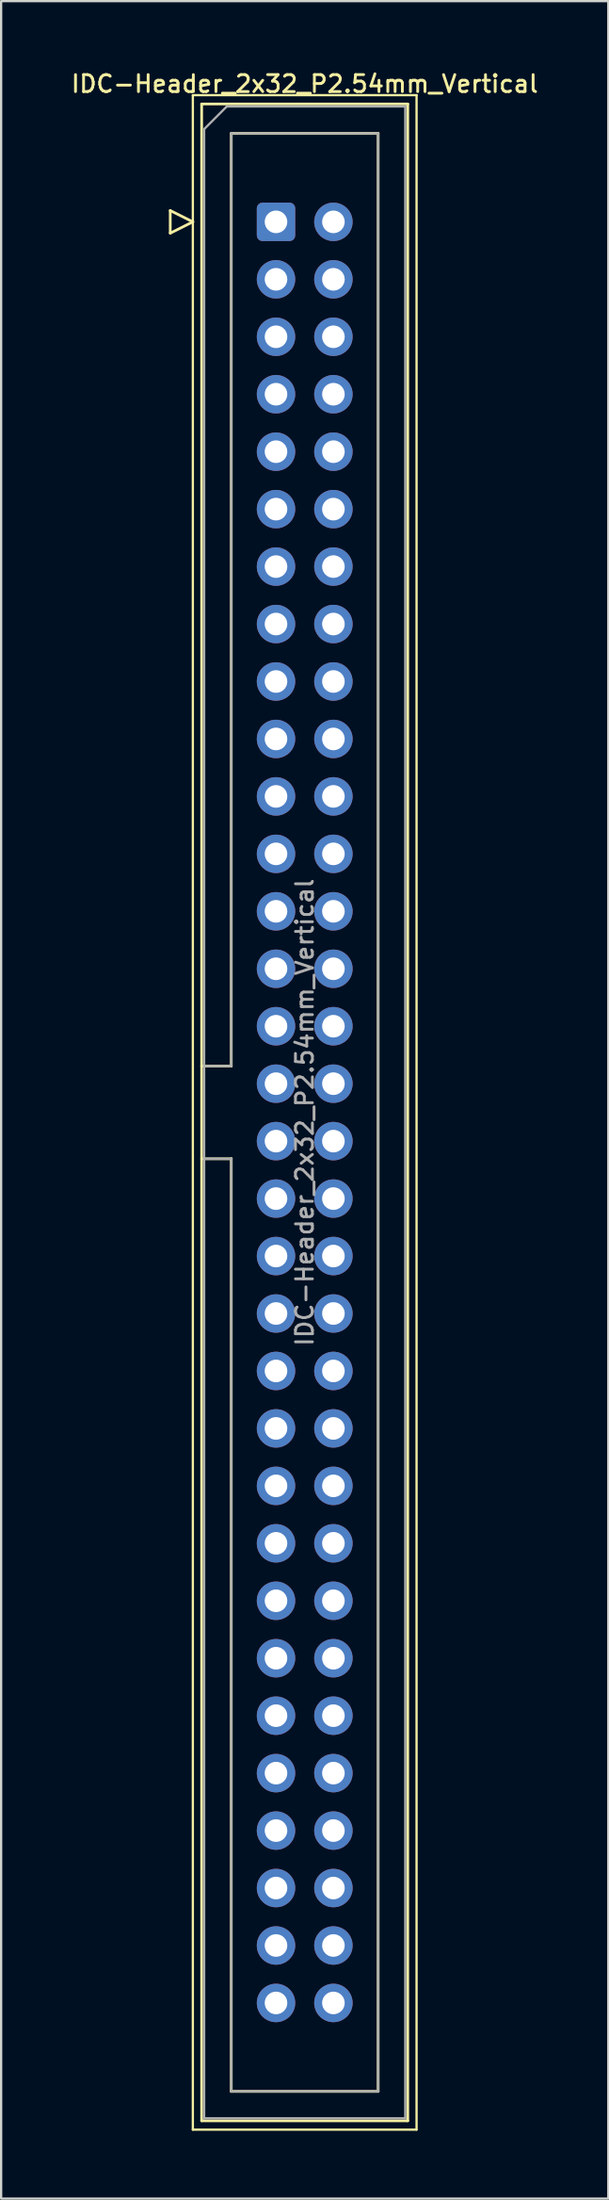
<source format=kicad_pcb>
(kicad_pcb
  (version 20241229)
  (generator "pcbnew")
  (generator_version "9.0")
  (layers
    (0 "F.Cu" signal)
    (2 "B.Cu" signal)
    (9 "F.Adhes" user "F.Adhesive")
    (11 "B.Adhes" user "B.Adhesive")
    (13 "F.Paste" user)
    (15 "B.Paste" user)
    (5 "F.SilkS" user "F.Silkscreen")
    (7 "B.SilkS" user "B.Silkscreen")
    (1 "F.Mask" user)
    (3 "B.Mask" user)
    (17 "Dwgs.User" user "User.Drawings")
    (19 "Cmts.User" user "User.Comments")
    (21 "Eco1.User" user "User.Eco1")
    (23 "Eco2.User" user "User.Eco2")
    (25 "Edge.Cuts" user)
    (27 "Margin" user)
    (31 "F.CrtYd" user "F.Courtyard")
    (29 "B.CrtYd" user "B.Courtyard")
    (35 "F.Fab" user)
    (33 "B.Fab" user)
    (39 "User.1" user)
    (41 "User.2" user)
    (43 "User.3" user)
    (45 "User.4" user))
  (footprint "IDC-Header_2x32_P2.54mm_Vertical"
    (layer "F.Cu")
    (at 9.164 6.758)
    (property "Reference" "IDC-Header_2x32_P2.54mm_Vertical" (at 1.27 -6.1 0) (layer "F.SilkS") (effects (font (size 0.75 0.75) (thickness 0.125))))
    (attr through_hole)
    (fp_line (start -4.68 -0.5) (end -4.68 0.5) (stroke (width 0.12) (type solid)) (layer "F.SilkS"))
    (fp_line (start -4.68 0.5) (end -3.68 0) (stroke (width 0.12) (type solid)) (layer "F.SilkS"))
    (fp_line (start -3.68 -5.6) (end -3.68 84.34) (stroke (width 0.1) (type solid)) (layer "F.SilkS"))
    (fp_line (start -3.68 0) (end -4.68 -0.5) (stroke (width 0.12) (type solid)) (layer "F.SilkS"))
    (fp_line (start -3.68 84.34) (end 6.22 84.34) (stroke (width 0.1) (type solid)) (layer "F.SilkS"))
    (fp_line (start -3.29 -5.21) (end 5.83 -5.21) (stroke (width 0.12) (type solid)) (layer "F.SilkS"))
    (fp_line (start -3.29 37.32) (end -1.98 37.32) (stroke (width 0.12) (type solid)) (layer "F.SilkS"))
    (fp_line (start -3.29 83.95) (end -3.29 -5.21) (stroke (width 0.12) (type solid)) (layer "F.SilkS"))
    (fp_line (start -1.98 -3.91) (end 4.52 -3.91) (stroke (width 0.12) (type solid)) (layer "F.SilkS"))
    (fp_line (start -1.98 37.32) (end -1.98 -3.91) (stroke (width 0.12) (type solid)) (layer "F.SilkS"))
    (fp_line (start -1.98 41.42) (end -3.29 41.42) (stroke (width 0.12) (type solid)) (layer "F.SilkS"))
    (fp_line (start -1.98 41.42) (end -1.98 41.42) (stroke (width 0.12) (type solid)) (layer "F.SilkS"))
    (fp_line (start -1.98 82.65) (end -1.98 41.42) (stroke (width 0.12) (type solid)) (layer "F.SilkS"))
    (fp_line (start 4.52 -3.91) (end 4.52 82.65) (stroke (width 0.12) (type solid)) (layer "F.SilkS"))
    (fp_line (start 4.52 82.65) (end -1.98 82.65) (stroke (width 0.12) (type solid)) (layer "F.SilkS"))
    (fp_line (start 5.83 -5.21) (end 5.83 83.95) (stroke (width 0.12) (type solid)) (layer "F.SilkS"))
    (fp_line (start 5.83 83.95) (end -3.29 83.95) (stroke (width 0.12) (type solid)) (layer "F.SilkS"))
    (fp_line (start 6.22 -5.6) (end -3.68 -5.6) (stroke (width 0.1) (type solid)) (layer "F.SilkS"))
    (fp_line (start 6.22 84.34) (end 6.22 -5.6) (stroke (width 0.1) (type solid)) (layer "F.SilkS"))
    (fp_line (start -3.18 -4.1) (end -2.18 -5.1) (stroke (width 0.1) (type solid)) (layer "F.Fab"))
    (fp_line (start -3.18 37.32) (end -1.98 37.32) (stroke (width 0.1) (type solid)) (layer "F.Fab"))
    (fp_line (start -3.18 83.84) (end -3.18 -4.1) (stroke (width 0.1) (type solid)) (layer "F.Fab"))
    (fp_line (start -2.18 -5.1) (end 5.72 -5.1) (stroke (width 0.1) (type solid)) (layer "F.Fab"))
    (fp_line (start -1.98 -3.91) (end 4.52 -3.91) (stroke (width 0.1) (type solid)) (layer "F.Fab"))
    (fp_line (start -1.98 37.32) (end -1.98 -3.91) (stroke (width 0.1) (type solid)) (layer "F.Fab"))
    (fp_line (start -1.98 41.42) (end -3.18 41.42) (stroke (width 0.1) (type solid)) (layer "F.Fab"))
    (fp_line (start -1.98 41.42) (end -1.98 41.42) (stroke (width 0.1) (type solid)) (layer "F.Fab"))
    (fp_line (start -1.98 82.65) (end -1.98 41.42) (stroke (width 0.1) (type solid)) (layer "F.Fab"))
    (fp_line (start 4.52 -3.91) (end 4.52 82.65) (stroke (width 0.1) (type solid)) (layer "F.Fab"))
    (fp_line (start 4.52 82.65) (end -1.98 82.65) (stroke (width 0.1) (type solid)) (layer "F.Fab"))
    (fp_line (start 5.72 -5.1) (end 5.72 83.84) (stroke (width 0.1) (type solid)) (layer "F.Fab"))
    (fp_line (start 5.72 83.84) (end -3.18 83.84) (stroke (width 0.1) (type solid)) (layer "F.Fab"))
    (fp_text user "${REFERENCE}" (at 1.27 39.37 90) (layer "F.Fab") (effects (font (size 0.75 0.75) (thickness 0.125))))
    (pad "1" thru_hole roundrect (at 0 0) (size 1.7 1.7) (drill 1) (layers "*.Cu" "*.Mask") (roundrect_rratio 0.147))
    (pad "2" thru_hole circle (at 2.54 0) (size 1.7 1.7) (drill 1) (layers "*.Cu" "*.Mask"))
    (pad "3" thru_hole circle (at 0 2.54) (size 1.7 1.7) (drill 1) (layers "*.Cu" "*.Mask"))
    (pad "4" thru_hole circle (at 2.54 2.54) (size 1.7 1.7) (drill 1) (layers "*.Cu" "*.Mask"))
    (pad "5" thru_hole circle (at 0 5.08) (size 1.7 1.7) (drill 1) (layers "*.Cu" "*.Mask"))
    (pad "6" thru_hole circle (at 2.54 5.08) (size 1.7 1.7) (drill 1) (layers "*.Cu" "*.Mask"))
    (pad "7" thru_hole circle (at 0 7.62) (size 1.7 1.7) (drill 1) (layers "*.Cu" "*.Mask"))
    (pad "8" thru_hole circle (at 2.54 7.62) (size 1.7 1.7) (drill 1) (layers "*.Cu" "*.Mask"))
    (pad "9" thru_hole circle (at 0 10.16) (size 1.7 1.7) (drill 1) (layers "*.Cu" "*.Mask"))
    (pad "10" thru_hole circle (at 2.54 10.16) (size 1.7 1.7) (drill 1) (layers "*.Cu" "*.Mask"))
    (pad "11" thru_hole circle (at 0 12.7) (size 1.7 1.7) (drill 1) (layers "*.Cu" "*.Mask"))
    (pad "12" thru_hole circle (at 2.54 12.7) (size 1.7 1.7) (drill 1) (layers "*.Cu" "*.Mask"))
    (pad "13" thru_hole circle (at 0 15.24) (size 1.7 1.7) (drill 1) (layers "*.Cu" "*.Mask"))
    (pad "14" thru_hole circle (at 2.54 15.24) (size 1.7 1.7) (drill 1) (layers "*.Cu" "*.Mask"))
    (pad "15" thru_hole circle (at 0 17.78) (size 1.7 1.7) (drill 1) (layers "*.Cu" "*.Mask"))
    (pad "16" thru_hole circle (at 2.54 17.78) (size 1.7 1.7) (drill 1) (layers "*.Cu" "*.Mask"))
    (pad "17" thru_hole circle (at 0 20.32) (size 1.7 1.7) (drill 1) (layers "*.Cu" "*.Mask"))
    (pad "18" thru_hole circle (at 2.54 20.32) (size 1.7 1.7) (drill 1) (layers "*.Cu" "*.Mask"))
    (pad "19" thru_hole circle (at 0 22.86) (size 1.7 1.7) (drill 1) (layers "*.Cu" "*.Mask"))
    (pad "20" thru_hole circle (at 2.54 22.86) (size 1.7 1.7) (drill 1) (layers "*.Cu" "*.Mask"))
    (pad "21" thru_hole circle (at 0 25.4) (size 1.7 1.7) (drill 1) (layers "*.Cu" "*.Mask"))
    (pad "22" thru_hole circle (at 2.54 25.4) (size 1.7 1.7) (drill 1) (layers "*.Cu" "*.Mask"))
    (pad "23" thru_hole circle (at 0 27.94) (size 1.7 1.7) (drill 1) (layers "*.Cu" "*.Mask"))
    (pad "24" thru_hole circle (at 2.54 27.94) (size 1.7 1.7) (drill 1) (layers "*.Cu" "*.Mask"))
    (pad "25" thru_hole circle (at 0 30.48) (size 1.7 1.7) (drill 1) (layers "*.Cu" "*.Mask"))
    (pad "26" thru_hole circle (at 2.54 30.48) (size 1.7 1.7) (drill 1) (layers "*.Cu" "*.Mask"))
    (pad "27" thru_hole circle (at 0 33.02) (size 1.7 1.7) (drill 1) (layers "*.Cu" "*.Mask"))
    (pad "28" thru_hole circle (at 2.54 33.02) (size 1.7 1.7) (drill 1) (layers "*.Cu" "*.Mask"))
    (pad "29" thru_hole circle (at 0 35.56) (size 1.7 1.7) (drill 1) (layers "*.Cu" "*.Mask"))
    (pad "30" thru_hole circle (at 2.54 35.56) (size 1.7 1.7) (drill 1) (layers "*.Cu" "*.Mask"))
    (pad "31" thru_hole circle (at 0 38.1) (size 1.7 1.7) (drill 1) (layers "*.Cu" "*.Mask"))
    (pad "32" thru_hole circle (at 2.54 38.1) (size 1.7 1.7) (drill 1) (layers "*.Cu" "*.Mask"))
    (pad "33" thru_hole circle (at 0 40.64) (size 1.7 1.7) (drill 1) (layers "*.Cu" "*.Mask"))
    (pad "34" thru_hole circle (at 2.54 40.64) (size 1.7 1.7) (drill 1) (layers "*.Cu" "*.Mask"))
    (pad "35" thru_hole circle (at 0 43.18) (size 1.7 1.7) (drill 1) (layers "*.Cu" "*.Mask"))
    (pad "36" thru_hole circle (at 2.54 43.18) (size 1.7 1.7) (drill 1) (layers "*.Cu" "*.Mask"))
    (pad "37" thru_hole circle (at 0 45.72) (size 1.7 1.7) (drill 1) (layers "*.Cu" "*.Mask"))
    (pad "38" thru_hole circle (at 2.54 45.72) (size 1.7 1.7) (drill 1) (layers "*.Cu" "*.Mask"))
    (pad "39" thru_hole circle (at 0 48.26) (size 1.7 1.7) (drill 1) (layers "*.Cu" "*.Mask"))
    (pad "40" thru_hole circle (at 2.54 48.26) (size 1.7 1.7) (drill 1) (layers "*.Cu" "*.Mask"))
    (pad "41" thru_hole circle (at 0 50.8) (size 1.7 1.7) (drill 1) (layers "*.Cu" "*.Mask"))
    (pad "42" thru_hole circle (at 2.54 50.8) (size 1.7 1.7) (drill 1) (layers "*.Cu" "*.Mask"))
    (pad "43" thru_hole circle (at 0 53.34) (size 1.7 1.7) (drill 1) (layers "*.Cu" "*.Mask"))
    (pad "44" thru_hole circle (at 2.54 53.34) (size 1.7 1.7) (drill 1) (layers "*.Cu" "*.Mask"))
    (pad "45" thru_hole circle (at 0 55.88) (size 1.7 1.7) (drill 1) (layers "*.Cu" "*.Mask"))
    (pad "46" thru_hole circle (at 2.54 55.88) (size 1.7 1.7) (drill 1) (layers "*.Cu" "*.Mask"))
    (pad "47" thru_hole circle (at 0 58.42) (size 1.7 1.7) (drill 1) (layers "*.Cu" "*.Mask"))
    (pad "48" thru_hole circle (at 2.54 58.42) (size 1.7 1.7) (drill 1) (layers "*.Cu" "*.Mask"))
    (pad "49" thru_hole circle (at 0 60.96) (size 1.7 1.7) (drill 1) (layers "*.Cu" "*.Mask"))
    (pad "50" thru_hole circle (at 2.54 60.96) (size 1.7 1.7) (drill 1) (layers "*.Cu" "*.Mask"))
    (pad "51" thru_hole circle (at 0 63.5) (size 1.7 1.7) (drill 1) (layers "*.Cu" "*.Mask"))
    (pad "52" thru_hole circle (at 2.54 63.5) (size 1.7 1.7) (drill 1) (layers "*.Cu" "*.Mask"))
    (pad "53" thru_hole circle (at 0 66.04) (size 1.7 1.7) (drill 1) (layers "*.Cu" "*.Mask"))
    (pad "54" thru_hole circle (at 2.54 66.04) (size 1.7 1.7) (drill 1) (layers "*.Cu" "*.Mask"))
    (pad "55" thru_hole circle (at 0 68.58) (size 1.7 1.7) (drill 1) (layers "*.Cu" "*.Mask"))
    (pad "56" thru_hole circle (at 2.54 68.58) (size 1.7 1.7) (drill 1) (layers "*.Cu" "*.Mask"))
    (pad "57" thru_hole circle (at 0 71.12) (size 1.7 1.7) (drill 1) (layers "*.Cu" "*.Mask"))
    (pad "58" thru_hole circle (at 2.54 71.12) (size 1.7 1.7) (drill 1) (layers "*.Cu" "*.Mask"))
    (pad "59" thru_hole circle (at 0 73.66) (size 1.7 1.7) (drill 1) (layers "*.Cu" "*.Mask"))
    (pad "60" thru_hole circle (at 2.54 73.66) (size 1.7 1.7) (drill 1) (layers "*.Cu" "*.Mask"))
    (pad "61" thru_hole circle (at 0 76.2) (size 1.7 1.7) (drill 1) (layers "*.Cu" "*.Mask"))
    (pad "62" thru_hole circle (at 2.54 76.2) (size 1.7 1.7) (drill 1) (layers "*.Cu" "*.Mask"))
    (pad "63" thru_hole circle (at 0 78.74) (size 1.7 1.7) (drill 1) (layers "*.Cu" "*.Mask"))
    (pad "64" thru_hole circle (at 2.54 78.74) (size 1.7 1.7) (drill 1) (layers "*.Cu" "*.Mask")))
  (gr_rect
    (start -3 -3)
    (end 23.868 94.148)
    (stroke (width 0.1) (type default))
    (fill no)
    (layer "Edge.Cuts")))
</source>
